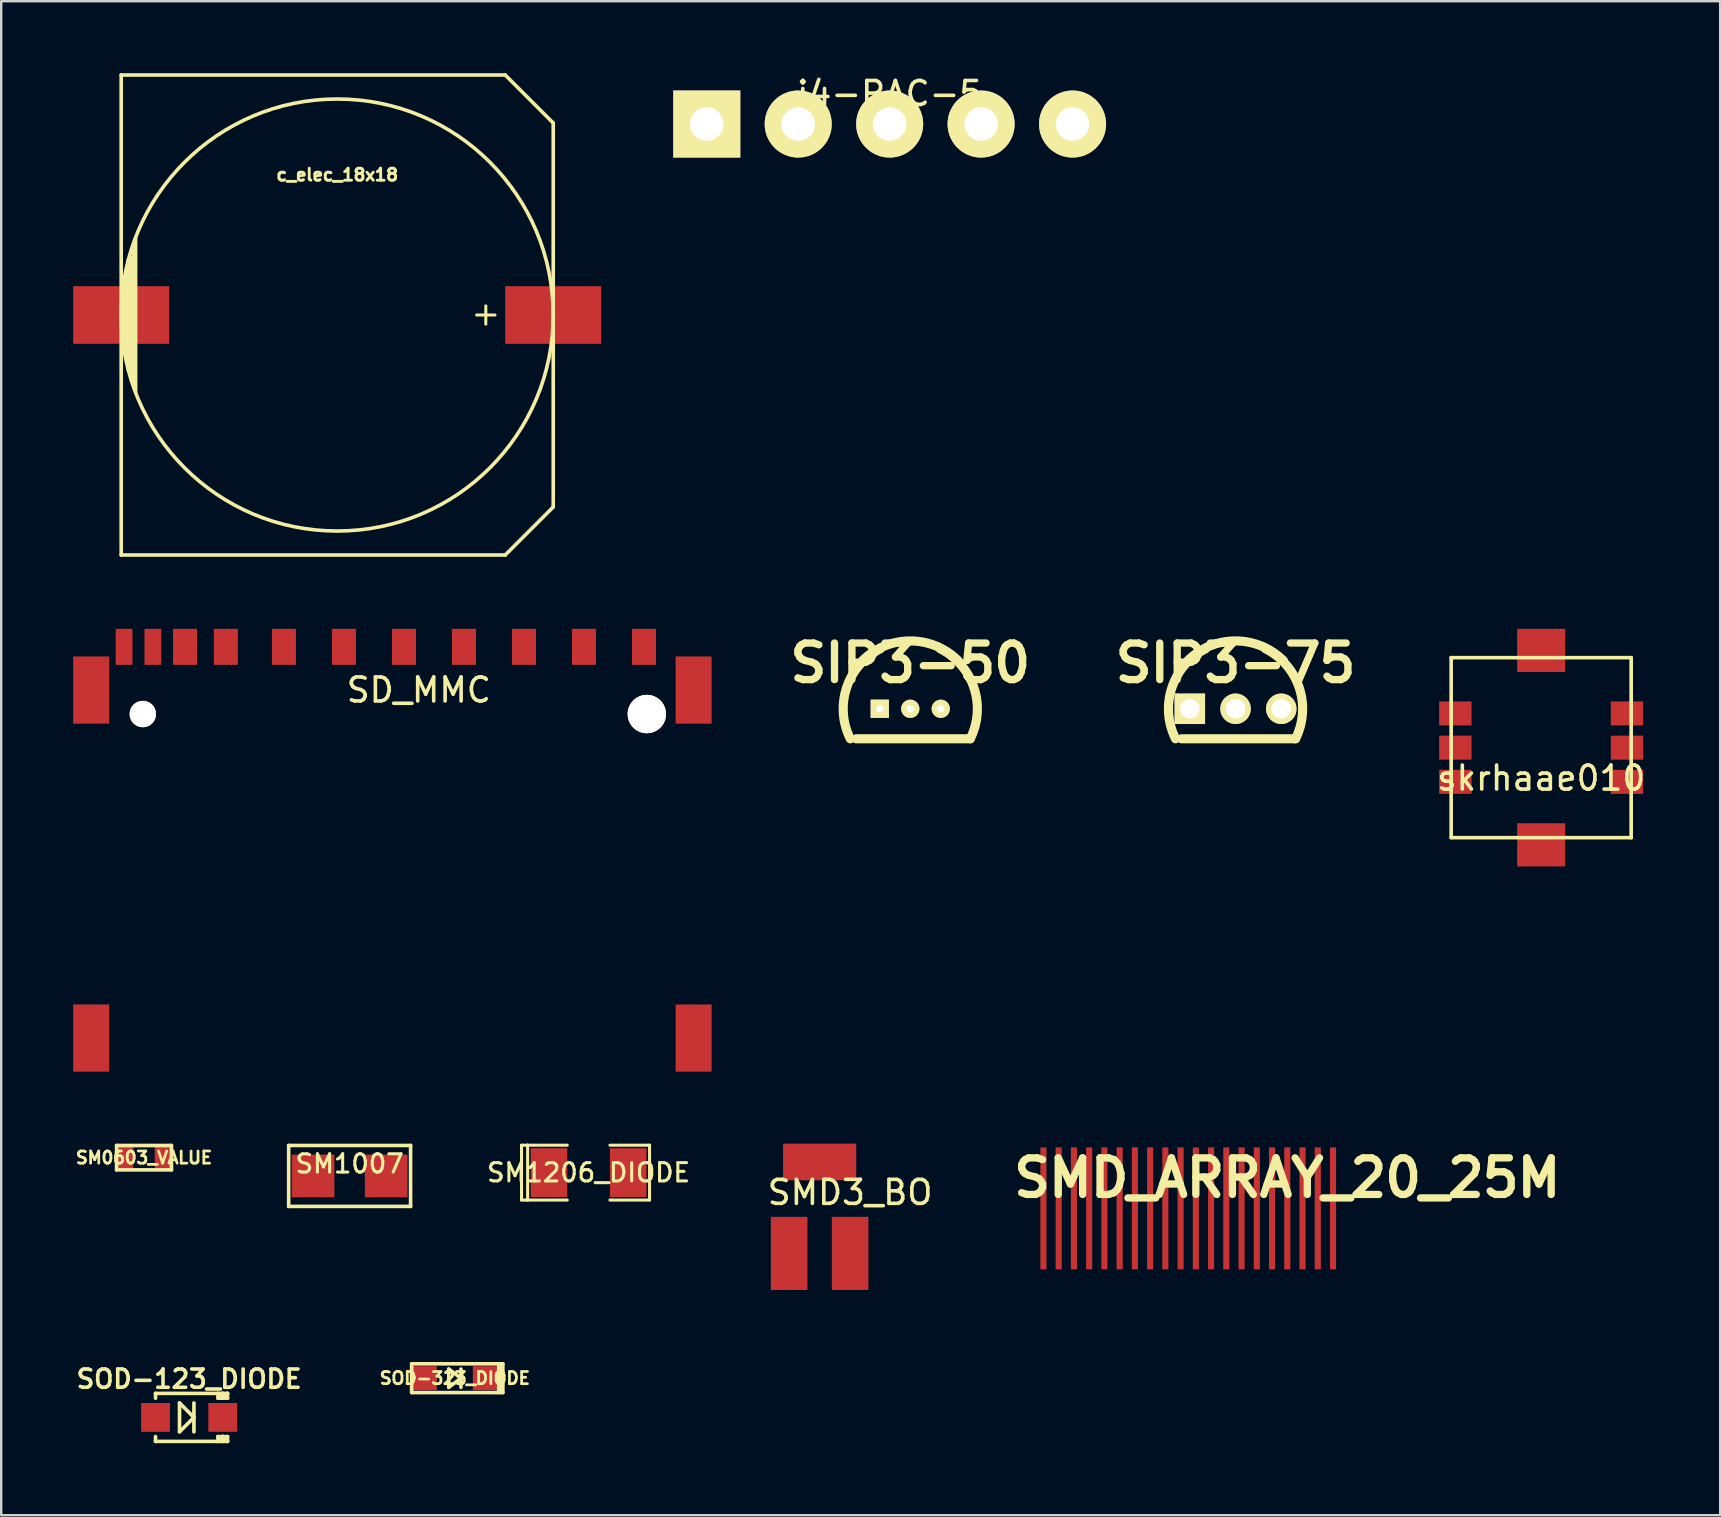
<source format=kicad_pcb>
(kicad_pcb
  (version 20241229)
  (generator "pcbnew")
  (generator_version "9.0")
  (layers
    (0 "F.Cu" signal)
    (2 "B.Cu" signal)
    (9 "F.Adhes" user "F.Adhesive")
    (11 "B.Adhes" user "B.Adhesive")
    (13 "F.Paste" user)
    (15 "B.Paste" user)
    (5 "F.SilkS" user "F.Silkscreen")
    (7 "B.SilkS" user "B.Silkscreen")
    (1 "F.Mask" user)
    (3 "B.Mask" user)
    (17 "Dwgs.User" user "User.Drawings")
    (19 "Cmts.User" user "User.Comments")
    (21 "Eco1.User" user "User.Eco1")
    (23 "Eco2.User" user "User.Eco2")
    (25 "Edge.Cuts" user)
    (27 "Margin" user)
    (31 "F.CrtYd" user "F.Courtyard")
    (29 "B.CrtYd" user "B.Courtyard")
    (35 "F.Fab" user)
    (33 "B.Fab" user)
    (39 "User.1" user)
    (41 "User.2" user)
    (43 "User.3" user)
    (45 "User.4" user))
  (footprint "SOD-123_DIODE"
    (layer "F.Cu")
    (at 4.83 56.005)
    (property "Reference" "SOD-123_DIODE" (at 0 -1.6 0) (layer "F.SilkS") (effects (font (size 0.762 0.762) (thickness 0.15))))
    (attr through_hole)
    (fp_line (start -1.4 -1) (end -1.4 -0.8) (stroke (width 0.152) (type solid)) (layer "F.SilkS"))
    (fp_line (start -1.4 0.8) (end -1.4 1) (stroke (width 0.152) (type solid)) (layer "F.SilkS"))
    (fp_line (start -1.4 1) (end 1.4 1) (stroke (width 0.152) (type solid)) (layer "F.SilkS"))
    (fp_line (start -0.4 -0.6) (end -0.4 0.6) (stroke (width 0.152) (type solid)) (layer "F.SilkS"))
    (fp_line (start -0.4 0.6) (end 0.2 0) (stroke (width 0.152) (type solid)) (layer "F.SilkS"))
    (fp_line (start 0.2 -0.6) (end 0.2 0.6) (stroke (width 0.152) (type solid)) (layer "F.SilkS"))
    (fp_line (start 0.2 0) (end -0.4 -0.6) (stroke (width 0.152) (type solid)) (layer "F.SilkS"))
    (fp_line (start 1.2 -1) (end 1.2 -0.8) (stroke (width 0.152) (type solid)) (layer "F.SilkS"))
    (fp_line (start 1.2 -0.8) (end 1.4 -0.8) (stroke (width 0.152) (type solid)) (layer "F.SilkS"))
    (fp_line (start 1.2 0.8) (end 1.4 0.8) (stroke (width 0.152) (type solid)) (layer "F.SilkS"))
    (fp_line (start 1.2 1) (end 1.2 0.8) (stroke (width 0.152) (type solid)) (layer "F.SilkS"))
    (fp_line (start 1.2 1) (end 1.4 0.8) (stroke (width 0.152) (type solid)) (layer "F.SilkS"))
    (fp_line (start 1.4 -1) (end -1.4 -1) (stroke (width 0.152) (type solid)) (layer "F.SilkS"))
    (fp_line (start 1.4 -1) (end 1.6 -1) (stroke (width 0.152) (type solid)) (layer "F.SilkS"))
    (fp_line (start 1.4 -0.8) (end 1.2 -1) (stroke (width 0.152) (type solid)) (layer "F.SilkS"))
    (fp_line (start 1.4 -0.8) (end 1.4 -1) (stroke (width 0.152) (type solid)) (layer "F.SilkS"))
    (fp_line (start 1.4 -0.8) (end 1.6 -1) (stroke (width 0.152) (type solid)) (layer "F.SilkS"))
    (fp_line (start 1.4 0.8) (end 1.6 0.8) (stroke (width 0.152) (type solid)) (layer "F.SilkS"))
    (fp_line (start 1.4 0.8) (end 1.6 1) (stroke (width 0.152) (type solid)) (layer "F.SilkS"))
    (fp_line (start 1.4 1) (end 1.4 0.8) (stroke (width 0.152) (type solid)) (layer "F.SilkS"))
    (fp_line (start 1.6 -1) (end 1.6 -0.8) (stroke (width 0.152) (type solid)) (layer "F.SilkS"))
    (fp_line (start 1.6 -0.8) (end 1.4 -0.8) (stroke (width 0.152) (type solid)) (layer "F.SilkS"))
    (fp_line (start 1.6 0.8) (end 1.6 1) (stroke (width 0.152) (type solid)) (layer "F.SilkS"))
    (fp_line (start 1.6 1) (end 1.4 1) (stroke (width 0.152) (type solid)) (layer "F.SilkS"))
    (pad "1" smd rect (at -1.4 0) (size 1.2 1.2) (layers "F.Cu" "F.Mask" "F.Paste"))
    (pad "2" smd rect (at 1.4 0) (size 1.2 1.2) (layers "F.Cu" "F.Mask" "F.Paste")))
  (footprint "SMD_ARRAY_20_25M"
    (layer "F.Cu")
    (at 50.584 46.026)
    (property "Reference" "SMD_ARRAY_20_25M" (at 0 0 0) (layer "F.SilkS") (effects (font (size 1.524 1.524) (thickness 0.305))))
    (attr through_hole)
    (pad "1" smd rect (at -10.16 1.27) (size 0.254 5.08) (layers "F.Cu" "F.Mask" "F.Paste"))
    (pad "2" smd rect (at -9.525 1.27) (size 0.254 5.08) (layers "F.Cu" "F.Mask" "F.Paste"))
    (pad "3" smd rect (at -8.89 1.27) (size 0.254 5.08) (layers "F.Cu" "F.Mask" "F.Paste"))
    (pad "4" smd rect (at -8.255 1.27) (size 0.254 5.08) (layers "F.Cu" "F.Mask" "F.Paste"))
    (pad "5" smd rect (at -7.62 1.27) (size 0.254 5.08) (layers "F.Cu" "F.Mask" "F.Paste"))
    (pad "6" smd rect (at -6.985 1.27) (size 0.254 5.08) (layers "F.Cu" "F.Mask" "F.Paste"))
    (pad "7" smd rect (at -6.35 1.27) (size 0.254 5.08) (layers "F.Cu" "F.Mask" "F.Paste"))
    (pad "8" smd rect (at -5.715 1.27) (size 0.254 5.08) (layers "F.Cu" "F.Mask" "F.Paste"))
    (pad "9" smd rect (at -5.08 1.27) (size 0.254 5.08) (layers "F.Cu" "F.Mask" "F.Paste"))
    (pad "10" smd rect (at -4.445 1.27) (size 0.254 5.08) (layers "F.Cu" "F.Mask" "F.Paste"))
    (pad "11" smd rect (at -3.81 1.27) (size 0.254 5.08) (layers "F.Cu" "F.Mask" "F.Paste"))
    (pad "12" smd rect (at -3.175 1.27) (size 0.254 5.08) (layers "F.Cu" "F.Mask" "F.Paste"))
    (pad "13" smd rect (at -2.54 1.27) (size 0.254 5.08) (layers "F.Cu" "F.Mask" "F.Paste"))
    (pad "14" smd rect (at -1.905 1.27) (size 0.254 5.08) (layers "F.Cu" "F.Mask" "F.Paste"))
    (pad "15" smd rect (at -1.27 1.27) (size 0.254 5.08) (layers "F.Cu" "F.Mask" "F.Paste"))
    (pad "16" smd rect (at -0.635 1.27) (size 0.254 5.08) (layers "F.Cu" "F.Mask" "F.Paste"))
    (pad "17" smd rect (at 0 1.27) (size 0.254 5.08) (layers "F.Cu" "F.Mask" "F.Paste"))
    (pad "18" smd rect (at 0.635 1.27) (size 0.254 5.08) (layers "F.Cu" "F.Mask" "F.Paste"))
    (pad "19" smd rect (at 1.27 1.27) (size 0.254 5.08) (layers "F.Cu" "F.Mask" "F.Paste"))
    (pad "20" smd rect (at 1.905 1.27) (size 0.254 5.08) (layers "F.Cu" "F.Mask" "F.Paste")))
  (footprint "SM0603_VALUE"
    (layer "F.Cu")
    (at 2.951 45.184)
    (property "Reference" "SM0603_VALUE" (at 0 0 0) (layer "F.SilkS") (effects (font (size 0.508 0.508) (thickness 0.114))))
    (attr smd)
    (fp_line (start -1.143 -0.508) (end -1.143 0.508) (stroke (width 0.152) (type solid)) (layer "F.SilkS"))
    (fp_line (start -1.143 0.508) (end 1.143 0.508) (stroke (width 0.152) (type solid)) (layer "F.SilkS"))
    (fp_line (start 1.143 -0.508) (end -1.143 -0.508) (stroke (width 0.152) (type solid)) (layer "F.SilkS"))
    (fp_line (start 1.143 0.508) (end 1.143 -0.508) (stroke (width 0.152) (type solid)) (layer "F.SilkS"))
    (pad "1" smd rect (at -0.762 0) (size 0.635 0.889) (layers "F.Cu" "F.Mask" "F.Paste"))
    (pad "2" smd rect (at 0.762 0) (size 0.635 0.889) (layers "F.Cu" "F.Mask" "F.Paste")))
  (footprint "SMD3_BO"
    (layer "F.Cu")
    (at 31.099 49.172)
    (property "Reference" "SMD3_BO" (at 1.27 -2.54 0) (layer "F.SilkS") (effects (font (size 1 1) (thickness 0.15))))
    (attr through_hole)
    (pad "1" smd rect (at 0 -3.81) (size 3.048 1.524) (layers "F.Cu" "F.Mask" "F.Paste"))
    (pad "2" smd rect (at -1.27 0) (size 1.524 3.048) (layers "F.Cu" "F.Mask" "F.Paste"))
    (pad "3" smd rect (at 1.27 0) (size 1.524 3.048) (layers "F.Cu" "F.Mask" "F.Paste")))
  (footprint "SD_MMC"
    (layer "F.Cu")
    (at 14.4 26.7)
    (property "Reference" "SD_MMC" (at 0 -1 0) (layer "F.SilkS") (effects (font (size 1 1) (thickness 0.15))))
    (attr through_hole)
    (pad "" np_thru_hole circle (at -11.5 0) (size 1.1 1.1) (drill 1.1) (layers "*.Cu" "*.Mask" "F.SilkS"))
    (pad "" np_thru_hole circle (at 9.5 0) (size 1.6 1.6) (drill 1.6) (layers "*.Cu" "*.Mask" "F.SilkS"))
    (pad "1" smd rect (at 6.88 -2.8) (size 1 1.5) (layers "F.Cu" "F.Mask" "F.Paste"))
    (pad "2" smd rect (at 4.38 -2.8) (size 1 1.5) (layers "F.Cu" "F.Mask" "F.Paste"))
    (pad "3" smd rect (at 1.88 -2.8) (size 1 1.5) (layers "F.Cu" "F.Mask" "F.Paste"))
    (pad "4" smd rect (at -0.62 -2.8) (size 1 1.5) (layers "F.Cu" "F.Mask" "F.Paste"))
    (pad "5" smd rect (at -3.12 -2.8) (size 1 1.5) (layers "F.Cu" "F.Mask" "F.Paste"))
    (pad "6" smd rect (at -5.62 -2.8) (size 1 1.5) (layers "F.Cu" "F.Mask" "F.Paste"))
    (pad "7" smd rect (at -8.04 -2.8) (size 1 1.5) (layers "F.Cu" "F.Mask" "F.Paste"))
    (pad "8" smd rect (at -9.74 -2.8) (size 1 1.5) (layers "F.Cu" "F.Mask" "F.Paste"))
    (pad "9" smd rect (at 9.38 -2.8) (size 1 1.5) (layers "F.Cu" "F.Mask" "F.Paste"))
    (pad "CD" smd rect (at -11.08 -2.8) (size 0.7 1.5) (layers "F.Cu" "F.Mask" "F.Paste"))
    (pad "GND" smd rect (at -13.65 -1) (size 1.5 2.8) (layers "F.Cu" "F.Mask" "F.Paste"))
    (pad "GND" smd rect (at -13.65 13.5) (size 1.5 2.8) (layers "F.Cu" "F.Mask" "F.Paste"))
    (pad "GND" smd rect (at 11.45 -1) (size 1.5 2.8) (layers "F.Cu" "F.Mask" "F.Paste"))
    (pad "GND" smd rect (at 11.45 13.5) (size 1.5 2.8) (layers "F.Cu" "F.Mask" "F.Paste"))
    (pad "WP" smd rect (at -12.28 -2.8) (size 0.7 1.5) (layers "F.Cu" "F.Mask" "F.Paste")))
  (footprint "SIP3-50"
    (layer "F.Cu")
    (at 34.876 26.481)
    (property "Reference" "SIP3-50" (at 0 -1.905 0) (layer "F.SilkS") (effects (font (size 1.524 1.524) (thickness 0.305))))
    (attr through_hole)
    (fp_line (start -2.25 1.25) (end 2.499 1.25) (stroke (width 0.381) (type solid)) (layer "F.SilkS"))
    (fp_arc (start -2.49936 1.24968) (mid -2.650972 -0.883657) (end -1.24968 -2.49936) (stroke (width 0.381) (type solid)) (layer "F.SilkS"))
    (fp_arc (start -1.99898 -1.99898) (mid 0 -2.826985) (end 1.99898 -1.99898) (stroke (width 0.381) (type solid)) (layer "F.SilkS"))
    (fp_arc (start 1.24968 -2.49936) (mid 2.650972 -0.883657) (end 2.49936 1.24968) (stroke (width 0.381) (type solid)) (layer "F.SilkS"))
    (pad "1" thru_hole rect (at -1.27 0) (size 0.762 0.762) (drill 0.305) (layers "*.Cu" "*.Mask" "F.SilkS"))
    (pad "2" thru_hole circle (at 0 0) (size 0.762 0.762) (drill 0.305) (layers "*.Cu" "*.Mask" "F.SilkS"))
    (pad "3" thru_hole circle (at 1.27 0) (size 0.762 0.762) (drill 0.305) (layers "*.Cu" "*.Mask" "F.SilkS")))
  (footprint "c_elec_18x18"
    (layer "F.Cu")
    (at 11 10.075)
    (property "Reference" "c_elec_18x18" (at 0 -5.842 0) (layer "F.SilkS") (effects (font (size 0.5 0.5) (thickness 0.119))))
    (attr through_hole)
    (fp_line (start -9 -10) (end 7 -10) (stroke (width 0.15) (type solid)) (layer "F.SilkS"))
    (fp_line (start -9 10) (end -9 -10) (stroke (width 0.15) (type solid)) (layer "F.SilkS"))
    (fp_line (start -8.9 -1) (end -8.9 1) (stroke (width 0.15) (type solid)) (layer "F.SilkS"))
    (fp_line (start -8.8 -1.7) (end -8.8 1.7) (stroke (width 0.15) (type solid)) (layer "F.SilkS"))
    (fp_line (start -8.7 -2.3) (end -8.7 2.3) (stroke (width 0.15) (type solid)) (layer "F.SilkS"))
    (fp_line (start -8.6 2.6) (end -8.6 -2.4) (stroke (width 0.15) (type solid)) (layer "F.SilkS"))
    (fp_line (start -8.5 -2.7) (end -8.5 2.9) (stroke (width 0.15) (type solid)) (layer "F.SilkS"))
    (fp_line (start -8.4 -3.2) (end -8.4 3.2) (stroke (width 0.15) (type solid)) (layer "F.SilkS"))
    (fp_line (start 6.191 -0.381) (end 6.191 0.381) (stroke (width 0.127) (type solid)) (layer "F.SilkS"))
    (fp_line (start 6.572 0) (end 5.81 0) (stroke (width 0.127) (type solid)) (layer "F.SilkS"))
    (fp_line (start 7 -10) (end 9 -8) (stroke (width 0.15) (type solid)) (layer "F.SilkS"))
    (fp_line (start 7 10) (end -9 10) (stroke (width 0.15) (type solid)) (layer "F.SilkS"))
    (fp_line (start 9 -8) (end 9 8) (stroke (width 0.15) (type solid)) (layer "F.SilkS"))
    (fp_line (start 9 8) (end 7 10) (stroke (width 0.15) (type solid)) (layer "F.SilkS"))
    (fp_circle (center 0 0) (end -9 0) (stroke (width 0.15) (type solid)) (fill no) (layer "F.SilkS"))
    (pad "1" smd rect (at 9 0) (size 4 2.4) (layers "F.Cu" "F.Mask" "F.Paste"))
    (pad "2" smd rect (at -9 0) (size 4 2.4) (layers "F.Cu" "F.Mask" "F.Paste")))
  (footprint "skrhaae010"
    (layer "F.Cu")
    (at 61.162 28.1)
    (property "Reference" "skrhaae010" (at 0 1.27 0) (layer "F.SilkS") (effects (font (size 1 1) (thickness 0.15))))
    (attr through_hole)
    (fp_line (start -3.75 -3.75) (end 3.75 -3.75) (stroke (width 0.15) (type solid)) (layer "F.SilkS"))
    (fp_line (start -3.75 3.75) (end -3.75 -3.75) (stroke (width 0.15) (type solid)) (layer "F.SilkS"))
    (fp_line (start 3.75 -3.75) (end 3.75 3.75) (stroke (width 0.15) (type solid)) (layer "F.SilkS"))
    (fp_line (start 3.75 3.75) (end -3.75 3.75) (stroke (width 0.15) (type solid)) (layer "F.SilkS"))
    (pad "" smd rect (at 0 -4.05) (size 2 1.8) (layers "F.Cu" "F.Mask" "F.Paste"))
    (pad "" smd rect (at 0 4.05) (size 2 1.8) (layers "F.Cu" "F.Mask" "F.Paste"))
    (pad "1" smd rect (at -3.575 -1.425) (size 1.35 1) (layers "F.Cu" "F.Mask" "F.Paste"))
    (pad "2" smd rect (at -3.575 0) (size 1.35 1) (layers "F.Cu" "F.Mask" "F.Paste"))
    (pad "3" smd rect (at -3.575 1.425) (size 1.35 1) (layers "F.Cu" "F.Mask" "F.Paste"))
    (pad "4" smd rect (at 3.575 -1.425) (size 1.35 1) (layers "F.Cu" "F.Mask" "F.Paste"))
    (pad "5" smd rect (at 3.575 0) (size 1.35 1) (layers "F.Cu" "F.Mask" "F.Paste"))
    (pad "6" smd rect (at 3.575 1.425) (size 1.35 1) (layers "F.Cu" "F.Mask" "F.Paste")))
  (footprint "SOD-323_DIODE"
    (layer "F.Cu")
    (at 15.901 54.371)
    (property "Reference" "SOD-323_DIODE" (at 0 0 0) (layer "F.SilkS") (effects (font (size 0.508 0.508) (thickness 0.114))))
    (attr smd)
    (fp_line (start -1.8 -0.6) (end 1.8 -0.6) (stroke (width 0.15) (type solid)) (layer "F.SilkS"))
    (fp_line (start -1.8 0.6) (end -1.8 -0.6) (stroke (width 0.15) (type solid)) (layer "F.SilkS"))
    (fp_line (start -0.254 -0.381) (end -0.254 0.381) (stroke (width 0.15) (type solid)) (layer "F.SilkS"))
    (fp_line (start -0.254 0.381) (end 0.254 0) (stroke (width 0.15) (type solid)) (layer "F.SilkS"))
    (fp_line (start 0.254 -0.381) (end 0.254 0.381) (stroke (width 0.15) (type solid)) (layer "F.SilkS"))
    (fp_line (start 0.254 0) (end -0.254 -0.381) (stroke (width 0.15) (type solid)) (layer "F.SilkS"))
    (fp_line (start 1.8 -0.6) (end 2 -0.6) (stroke (width 0.15) (type solid)) (layer "F.SilkS"))
    (fp_line (start 1.8 0.6) (end -1.8 0.6) (stroke (width 0.15) (type solid)) (layer "F.SilkS"))
    (fp_line (start 1.9 -0.5) (end 1.9 0.5) (stroke (width 0.3) (type solid)) (layer "F.SilkS"))
    (fp_line (start 2 -0.6) (end 2 0.6) (stroke (width 0.15) (type solid)) (layer "F.SilkS"))
    (fp_line (start 2 0.6) (end 1.8 0.6) (stroke (width 0.15) (type solid)) (layer "F.SilkS"))
    (pad "1" smd rect (at -1.25 0) (size 1 1) (layers "F.Cu" "F.Mask" "F.Paste"))
    (pad "2" smd rect (at 1.25 0) (size 1 1) (layers "F.Cu" "F.Mask" "F.Paste")))
  (footprint "SM1007"
    (layer "F.Cu")
    (at 11.517 45.945)
    (property "Reference" "SM1007" (at 0 -0.508 0) (layer "F.SilkS") (effects (font (size 0.762 0.762) (thickness 0.127))))
    (attr smd)
    (fp_line (start -2.54 -1.27) (end 2.54 -1.27) (stroke (width 0.15) (type solid)) (layer "F.SilkS"))
    (fp_line (start -2.54 1.27) (end -2.54 -1.27) (stroke (width 0.15) (type solid)) (layer "F.SilkS"))
    (fp_line (start 2.54 -1.27) (end 2.54 1.27) (stroke (width 0.15) (type solid)) (layer "F.SilkS"))
    (fp_line (start 2.54 1.27) (end -2.54 1.27) (stroke (width 0.15) (type solid)) (layer "F.SilkS"))
    (pad "1" smd rect (at -1.524 0) (size 1.778 1.778) (layers "F.Cu" "F.Mask" "F.Paste"))
    (pad "2" smd rect (at 1.524 0) (size 1.778 1.778) (layers "F.Cu" "F.Mask" "F.Paste")))
  (footprint "i4-PAC-5"
    (layer "F.Cu")
    (at 34.017 2.118)
    (property "Reference" "i4-PAC-5" (at 0 -1.27 0) (layer "F.SilkS") (effects (font (size 1 1) (thickness 0.15))))
    (attr through_hole)
    (pad "1" thru_hole rect (at -7.62 0) (size 2.794 2.794) (drill 1.397) (layers "*.Cu" "*.Mask" "F.SilkS"))
    (pad "2" thru_hole circle (at -3.81 0) (size 2.794 2.794) (drill 1.397) (layers "*.Cu" "*.Mask" "F.SilkS"))
    (pad "3" thru_hole circle (at 0 0) (size 2.794 2.794) (drill 1.397) (layers "*.Cu" "*.Mask" "F.SilkS"))
    (pad "4" thru_hole circle (at 3.81 0) (size 2.794 2.794) (drill 1.397) (layers "*.Cu" "*.Mask" "F.SilkS"))
    (pad "5" thru_hole circle (at 7.62 0) (size 2.794 2.794) (drill 1.397) (layers "*.Cu" "*.Mask" "F.SilkS")))
  (footprint "SIP3-75"
    (layer "F.Cu")
    (at 48.428 26.481)
    (property "Reference" "SIP3-75" (at 0 -1.905 0) (layer "F.SilkS") (effects (font (size 1.524 1.524) (thickness 0.305))))
    (attr through_hole)
    (fp_line (start -2.25 1.25) (end 2.499 1.25) (stroke (width 0.381) (type solid)) (layer "F.SilkS"))
    (fp_arc (start -2.49936 1.24968) (mid -2.650972 -0.883657) (end -1.24968 -2.49936) (stroke (width 0.381) (type solid)) (layer "F.SilkS"))
    (fp_arc (start -1.99898 -1.99898) (mid 0 -2.826985) (end 1.99898 -1.99898) (stroke (width 0.381) (type solid)) (layer "F.SilkS"))
    (fp_arc (start 1.24968 -2.49936) (mid 2.650972 -0.883657) (end 2.49936 1.24968) (stroke (width 0.381) (type solid)) (layer "F.SilkS"))
    (pad "1" thru_hole rect (at -1.905 0) (size 1.27 1.27) (drill 0.813) (layers "*.Cu" "*.Mask" "F.SilkS"))
    (pad "2" thru_hole circle (at 0 0) (size 1.27 1.27) (drill 0.813) (layers "*.Cu" "*.Mask" "F.SilkS"))
    (pad "3" thru_hole circle (at 1.905 0) (size 1.27 1.27) (drill 0.813) (layers "*.Cu" "*.Mask" "F.SilkS")))
  (footprint "SM1206_DIODE"
    (layer "F.Cu")
    (at 21.473 45.806)
    (property "Reference" "SM1206_DIODE" (at 0 0 0) (layer "F.SilkS") (effects (font (size 0.762 0.762) (thickness 0.127))))
    (attr smd)
    (fp_line (start -2.794 -1.143) (end -2.794 1.143) (stroke (width 0.127) (type solid)) (layer "F.SilkS"))
    (fp_line (start -2.794 1.143) (end -2.54 1.143) (stroke (width 0.127) (type solid)) (layer "F.SilkS"))
    (fp_line (start -2.54 -1.143) (end -2.794 -1.143) (stroke (width 0.127) (type solid)) (layer "F.SilkS"))
    (fp_line (start -2.54 -1.143) (end -2.54 1.143) (stroke (width 0.127) (type solid)) (layer "F.SilkS"))
    (fp_line (start -2.54 1.143) (end -0.889 1.143) (stroke (width 0.127) (type solid)) (layer "F.SilkS"))
    (fp_line (start -0.889 -1.143) (end -2.54 -1.143) (stroke (width 0.127) (type solid)) (layer "F.SilkS"))
    (fp_line (start 0.889 -1.143) (end 2.54 -1.143) (stroke (width 0.127) (type solid)) (layer "F.SilkS"))
    (fp_line (start 2.54 -1.143) (end 2.54 1.143) (stroke (width 0.127) (type solid)) (layer "F.SilkS"))
    (fp_line (start 2.54 1.143) (end 0.889 1.143) (stroke (width 0.127) (type solid)) (layer "F.SilkS"))
    (pad "1" smd rect (at 1.651 0) (size 1.524 2.032) (layers "F.Cu" "F.Mask" "F.Paste"))
    (pad "2" smd rect (at -1.651 0) (size 1.524 2.032) (layers "F.Cu" "F.Mask" "F.Paste")))
  (gr_rect
    (start -3 -3)
    (end 68.62 60.081)
    (stroke (width 0.1) (type default))
    (fill no)
    (layer "Edge.Cuts")))
</source>
